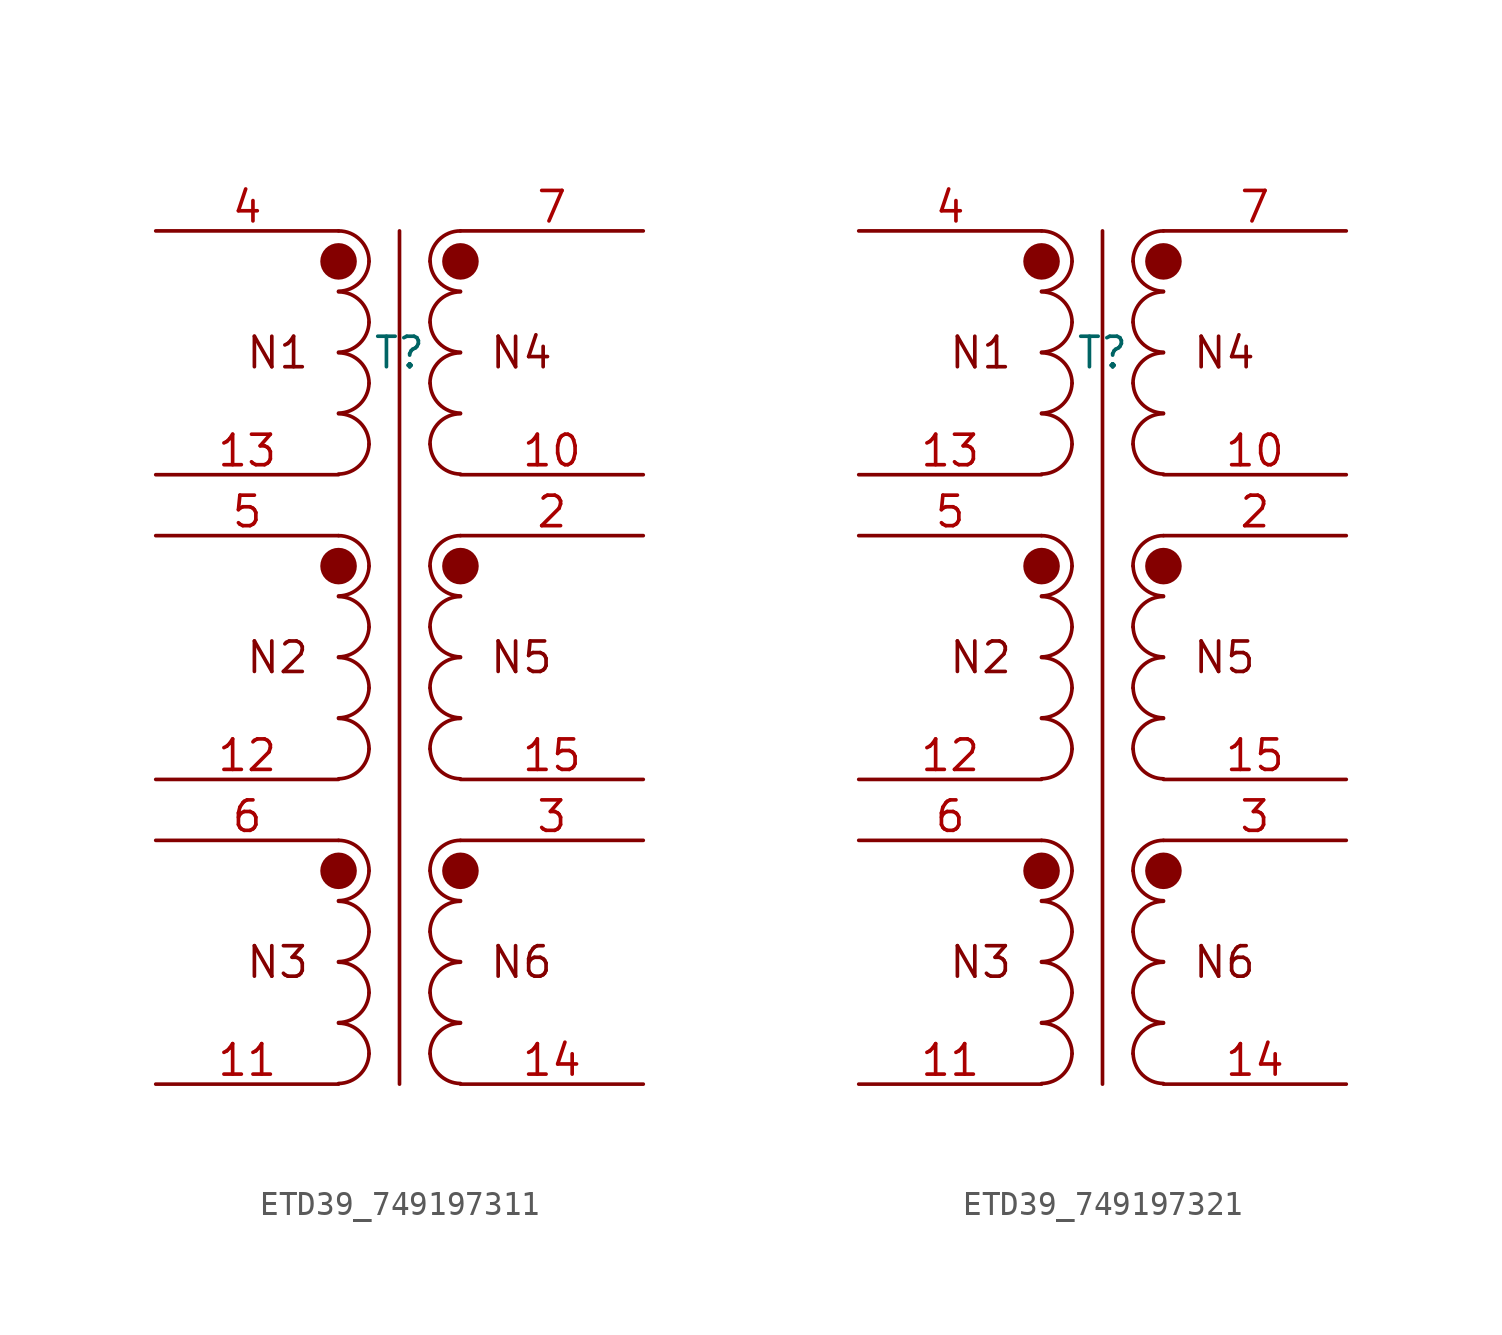
<source format=kicad_sym>
(kicad_symbol_lib
  (version 20220914)
  (generator kicad_symbol_editor)
  (symbol "ETD39_749197311"
    (pin_names hide)
    (property "Reference" "T"
      (at 0 12.7 0)
      (effects (font (size 1.27 1.27))))
    (property "Critical Parameter" ""
      (at 0 -5.08 0)
      (effects (font (size 1.27 1.27)) (justify left)))
    (symbol "ETD39_749197311_0_1"
      (arc (start -2.54 -17.7546) (mid -1.6561 -17.3863) (end -1.27 -16.51) (stroke (width 0) (type default)) (fill (type none)))
      (arc (start -2.54 -15.2146) (mid -1.6561 -14.8463) (end -1.27 -13.97) (stroke (width 0) (type default)) (fill (type none)))
      (arc (start -2.54 -12.6746) (mid -1.6561 -12.3063) (end -1.27 -11.43) (stroke (width 0) (type default)) (fill (type none)))
      (arc (start -2.54 -10.1346) (mid -1.6561 -9.7663) (end -1.27 -8.89) (stroke (width 0) (type default)) (fill (type none)))
      (arc (start -2.54 -5.0546) (mid -1.6561 -4.6863) (end -1.27 -3.81) (stroke (width 0) (type default)) (fill (type none)))
      (arc (start -2.54 -2.5146) (mid -1.6561 -2.1463) (end -1.27 -1.27) (stroke (width 0) (type default)) (fill (type none)))
      (arc (start -2.54 0.0254) (mid -1.6561 0.3937) (end -1.27 1.27) (stroke (width 0) (type default)) (fill (type none)))
      (arc (start -2.54 2.5654) (mid -1.6561 2.9337) (end -1.27 3.81) (stroke (width 0) (type default)) (fill (type none)))
      (arc (start -2.54 7.6454) (mid -1.6561 8.0137) (end -1.27 8.89) (stroke (width 0) (type default)) (fill (type none)))
      (arc (start -2.54 10.1854) (mid -1.6561 10.5537) (end -1.27 11.43) (stroke (width 0) (type default)) (fill (type none)))
      (arc (start -2.54 12.7254) (mid -1.6561 13.0937) (end -1.27 13.97) (stroke (width 0) (type default)) (fill (type none)))
      (arc (start -2.54 15.2654) (mid -1.6561 15.6337) (end -1.27 16.51) (stroke (width 0) (type default)) (fill (type none)))
      (arc (start -1.27 -16.51) (mid -1.642 -15.612) (end -2.54 -15.24) (stroke (width 0) (type default)) (fill (type none)))
      (arc (start -1.27 -13.97) (mid -1.642 -13.072) (end -2.54 -12.7) (stroke (width 0) (type default)) (fill (type none)))
      (arc (start -1.27 -11.43) (mid -1.642 -10.532) (end -2.54 -10.16) (stroke (width 0) (type default)) (fill (type none)))
      (arc (start -1.27 -8.89) (mid -1.642 -7.992) (end -2.54 -7.62) (stroke (width 0) (type default)) (fill (type none)))
      (arc (start -1.27 -3.81) (mid -1.642 -2.912) (end -2.54 -2.54) (stroke (width 0) (type default)) (fill (type none)))
      (arc (start -1.27 -1.27) (mid -1.642 -0.372) (end -2.54 0) (stroke (width 0) (type default)) (fill (type none)))
      (arc (start -1.27 1.27) (mid -1.642 2.168) (end -2.54 2.54) (stroke (width 0) (type default)) (fill (type none)))
      (arc (start -1.27 3.81) (mid -1.642 4.708) (end -2.54 5.08) (stroke (width 0) (type default)) (fill (type none)))
      (arc (start -1.27 8.89) (mid -1.642 9.788) (end -2.54 10.16) (stroke (width 0) (type default)) (fill (type none)))
      (arc (start -1.27 11.43) (mid -1.642 12.328) (end -2.54 12.7) (stroke (width 0) (type default)) (fill (type none)))
      (arc (start -1.27 13.97) (mid -1.642 14.868) (end -2.54 15.24) (stroke (width 0) (type default)) (fill (type none)))
      (arc (start -1.27 16.51) (mid -1.642 17.408) (end -2.54 17.78) (stroke (width 0) (type default)) (fill (type none)))
      (polyline (pts (xy 0 -17.78) (xy 0 17.78)) (stroke (width 0) (type default)) (fill (type none)))
      (arc (start 1.27 -16.51) (mid 1.6561 -17.3863) (end 2.54 -17.7546) (stroke (width 0) (type default)) (fill (type none)))
      (arc (start 1.27 -13.97) (mid 1.6561 -14.8463) (end 2.54 -15.2146) (stroke (width 0) (type default)) (fill (type none)))
      (arc (start 1.27 -11.43) (mid 1.6561 -12.3063) (end 2.54 -12.6746) (stroke (width 0) (type default)) (fill (type none)))
      (arc (start 1.27 -8.89) (mid 1.6561 -9.7663) (end 2.54 -10.1346) (stroke (width 0) (type default)) (fill (type none)))
      (arc (start 1.27 -3.81) (mid 1.6561 -4.6863) (end 2.54 -5.0546) (stroke (width 0) (type default)) (fill (type none)))
      (arc (start 1.27 -1.27) (mid 1.6561 -2.1463) (end 2.54 -2.5146) (stroke (width 0) (type default)) (fill (type none)))
      (arc (start 1.27 1.27) (mid 1.6561 0.3937) (end 2.54 0.0254) (stroke (width 0) (type default)) (fill (type none)))
      (arc (start 1.27 3.81) (mid 1.6561 2.9337) (end 2.54 2.5654) (stroke (width 0) (type default)) (fill (type none)))
      (arc (start 1.27 8.89) (mid 1.6561 8.0137) (end 2.54 7.6454) (stroke (width 0) (type default)) (fill (type none)))
      (arc (start 1.27 11.43) (mid 1.6561 10.5537) (end 2.54 10.1854) (stroke (width 0) (type default)) (fill (type none)))
      (arc (start 1.27 13.97) (mid 1.6561 13.0937) (end 2.54 12.7254) (stroke (width 0) (type default)) (fill (type none)))
      (arc (start 1.27 16.51) (mid 1.6561 15.6337) (end 2.54 15.2654) (stroke (width 0) (type default)) (fill (type none)))
      (arc (start 2.54 -15.24) (mid 1.642 -15.612) (end 1.27 -16.51) (stroke (width 0) (type default)) (fill (type none)))
      (arc (start 2.54 -12.7) (mid 1.642 -13.072) (end 1.27 -13.97) (stroke (width 0) (type default)) (fill (type none)))
      (arc (start 2.54 -10.16) (mid 1.642 -10.532) (end 1.27 -11.43) (stroke (width 0) (type default)) (fill (type none)))
      (arc (start 2.54 -7.62) (mid 1.642 -7.992) (end 1.27 -8.89) (stroke (width 0) (type default)) (fill (type none)))
      (arc (start 2.54 -2.54) (mid 1.642 -2.912) (end 1.27 -3.81) (stroke (width 0) (type default)) (fill (type none)))
      (arc (start 2.54 0) (mid 1.642 -0.372) (end 1.27 -1.27) (stroke (width 0) (type default)) (fill (type none)))
      (arc (start 2.54 2.54) (mid 1.642 2.168) (end 1.27 1.27) (stroke (width 0) (type default)) (fill (type none)))
      (arc (start 2.54 5.08) (mid 1.642 4.708) (end 1.27 3.81) (stroke (width 0) (type default)) (fill (type none)))
      (arc (start 2.54 10.16) (mid 1.642 9.788) (end 1.27 8.89) (stroke (width 0) (type default)) (fill (type none)))
      (arc (start 2.54 12.7) (mid 1.642 12.328) (end 1.27 11.43) (stroke (width 0) (type default)) (fill (type none)))
      (arc (start 2.54 15.24) (mid 1.642 14.868) (end 1.27 13.97) (stroke (width 0) (type default)) (fill (type none)))
      (arc (start 2.54 17.78) (mid 1.642 17.408) (end 1.27 16.51) (stroke (width 0) (type default)) (fill (type none))))
    (symbol "ETD39_749197311_1_1"
      (circle (center -2.54 -8.89) (radius 0.0001) (stroke (width 0.762) (type default)) (fill (type none)))
      (circle (center -2.54 3.81) (radius 0.0001) (stroke (width 0.762) (type default)) (fill (type none)))
      (circle (center -2.54 16.51) (radius 0.0001) (stroke (width 0.762) (type default)) (fill (type none)))
      (circle (center 2.54 -8.89) (radius 0.0001) (stroke (width 0.762) (type default)) (fill (type none)))
      (circle (center 2.54 3.81) (radius 0.0001) (stroke (width 0.762) (type default)) (fill (type none)))
      (circle (center 2.54 16.51) (radius 0.0001) (stroke (width 0.762) (type default)) (fill (type none)))
      (text "N1" (at -5.08 12.7 0) (effects (font (size 1.27 1.27))))
      (text "N2" (at -5.08 0 0) (effects (font (size 1.27 1.27))))
      (text "N3" (at -5.08 -12.7 0) (effects (font (size 1.27 1.27))))
      (text "N4" (at 5.08 12.7 0) (effects (font (size 1.27 1.27))))
      (text "N5" (at 5.08 0 0) (effects (font (size 1.27 1.27))))
      (text "N6" (at 5.08 -12.7 0) (effects (font (size 1.27 1.27))))
      (pin passive line (at -10.16 17.78 0) (length 7.62) (name "4" (effects (font (size 1.27 1.27)))) (number "4" (effects (font (size 1.27 1.27)))))
      (pin passive line (at -10.16 7.62 0) (length 7.62) (name "13" (effects (font (size 1.27 1.27)))) (number "13" (effects (font (size 1.27 1.27)))))
      (pin passive line (at -10.16 5.08 0) (length 7.62) (name "5" (effects (font (size 1.27 1.27)))) (number "5" (effects (font (size 1.27 1.27)))))
      (pin passive line (at -10.16 -5.08 0) (length 7.62) (name "12" (effects (font (size 1.27 1.27)))) (number "12" (effects (font (size 1.27 1.27)))))
      (pin passive line (at -10.16 -7.62 0) (length 7.62) (name "6" (effects (font (size 1.27 1.27)))) (number "6" (effects (font (size 1.27 1.27)))))
      (pin passive line (at -10.16 -17.78 0) (length 7.62) (name "11" (effects (font (size 1.27 1.27)))) (number "11" (effects (font (size 1.27 1.27)))))
      (pin passive line (at 10.16 -17.78 180) (length 7.62) (name "14" (effects (font (size 1.27 1.27)))) (number "14" (effects (font (size 1.27 1.27)))))
      (pin passive line (at 10.16 -7.62 180) (length 7.62) (name "3" (effects (font (size 1.27 1.27)))) (number "3" (effects (font (size 1.27 1.27)))))
      (pin passive line (at 10.16 -5.08 180) (length 7.62) (name "15" (effects (font (size 1.27 1.27)))) (number "15" (effects (font (size 1.27 1.27)))))
      (pin passive line (at 10.16 5.08 180) (length 7.62) (name "2" (effects (font (size 1.27 1.27)))) (number "2" (effects (font (size 1.27 1.27)))))
      (pin passive line (at 10.16 7.62 180) (length 7.62) (name "10" (effects (font (size 1.27 1.27)))) (number "10" (effects (font (size 1.27 1.27)))))
      (pin passive line (at 10.16 17.78 180) (length 7.62) (name "7" (effects (font (size 1.27 1.27)))) (number "7" (effects (font (size 1.27 1.27)))))))
  (symbol "ETD39_749197321"
    (pin_names hide)
    (property "Reference" "T"
      (at 0 12.7 0)
      (effects (font (size 1.27 1.27))))
    (property "Critical Parameter" ""
      (at 0 -5.08 0)
      (effects (font (size 1.27 1.27)) (justify left)))
    (symbol "ETD39_749197321_0_1"
      (arc (start -2.54 -17.7546) (mid -1.6561 -17.3863) (end -1.27 -16.51) (stroke (width 0) (type default)) (fill (type none)))
      (arc (start -2.54 -15.2146) (mid -1.6561 -14.8463) (end -1.27 -13.97) (stroke (width 0) (type default)) (fill (type none)))
      (arc (start -2.54 -12.6746) (mid -1.6561 -12.3063) (end -1.27 -11.43) (stroke (width 0) (type default)) (fill (type none)))
      (arc (start -2.54 -10.1346) (mid -1.6561 -9.7663) (end -1.27 -8.89) (stroke (width 0) (type default)) (fill (type none)))
      (arc (start -2.54 -5.0546) (mid -1.6561 -4.6863) (end -1.27 -3.81) (stroke (width 0) (type default)) (fill (type none)))
      (arc (start -2.54 -2.5146) (mid -1.6561 -2.1463) (end -1.27 -1.27) (stroke (width 0) (type default)) (fill (type none)))
      (arc (start -2.54 0.0254) (mid -1.6561 0.3937) (end -1.27 1.27) (stroke (width 0) (type default)) (fill (type none)))
      (arc (start -2.54 2.5654) (mid -1.6561 2.9337) (end -1.27 3.81) (stroke (width 0) (type default)) (fill (type none)))
      (arc (start -2.54 7.6454) (mid -1.6561 8.0137) (end -1.27 8.89) (stroke (width 0) (type default)) (fill (type none)))
      (arc (start -2.54 10.1854) (mid -1.6561 10.5537) (end -1.27 11.43) (stroke (width 0) (type default)) (fill (type none)))
      (arc (start -2.54 12.7254) (mid -1.6561 13.0937) (end -1.27 13.97) (stroke (width 0) (type default)) (fill (type none)))
      (arc (start -2.54 15.2654) (mid -1.6561 15.6337) (end -1.27 16.51) (stroke (width 0) (type default)) (fill (type none)))
      (arc (start -1.27 -16.51) (mid -1.642 -15.612) (end -2.54 -15.24) (stroke (width 0) (type default)) (fill (type none)))
      (arc (start -1.27 -13.97) (mid -1.642 -13.072) (end -2.54 -12.7) (stroke (width 0) (type default)) (fill (type none)))
      (arc (start -1.27 -11.43) (mid -1.642 -10.532) (end -2.54 -10.16) (stroke (width 0) (type default)) (fill (type none)))
      (arc (start -1.27 -8.89) (mid -1.642 -7.992) (end -2.54 -7.62) (stroke (width 0) (type default)) (fill (type none)))
      (arc (start -1.27 -3.81) (mid -1.642 -2.912) (end -2.54 -2.54) (stroke (width 0) (type default)) (fill (type none)))
      (arc (start -1.27 -1.27) (mid -1.642 -0.372) (end -2.54 0) (stroke (width 0) (type default)) (fill (type none)))
      (arc (start -1.27 1.27) (mid -1.642 2.168) (end -2.54 2.54) (stroke (width 0) (type default)) (fill (type none)))
      (arc (start -1.27 3.81) (mid -1.642 4.708) (end -2.54 5.08) (stroke (width 0) (type default)) (fill (type none)))
      (arc (start -1.27 8.89) (mid -1.642 9.788) (end -2.54 10.16) (stroke (width 0) (type default)) (fill (type none)))
      (arc (start -1.27 11.43) (mid -1.642 12.328) (end -2.54 12.7) (stroke (width 0) (type default)) (fill (type none)))
      (arc (start -1.27 13.97) (mid -1.642 14.868) (end -2.54 15.24) (stroke (width 0) (type default)) (fill (type none)))
      (arc (start -1.27 16.51) (mid -1.642 17.408) (end -2.54 17.78) (stroke (width 0) (type default)) (fill (type none)))
      (polyline (pts (xy 0 -17.78) (xy 0 17.78)) (stroke (width 0) (type default)) (fill (type none)))
      (arc (start 1.27 -16.51) (mid 1.6561 -17.3863) (end 2.54 -17.7546) (stroke (width 0) (type default)) (fill (type none)))
      (arc (start 1.27 -13.97) (mid 1.6561 -14.8463) (end 2.54 -15.2146) (stroke (width 0) (type default)) (fill (type none)))
      (arc (start 1.27 -11.43) (mid 1.6561 -12.3063) (end 2.54 -12.6746) (stroke (width 0) (type default)) (fill (type none)))
      (arc (start 1.27 -8.89) (mid 1.6561 -9.7663) (end 2.54 -10.1346) (stroke (width 0) (type default)) (fill (type none)))
      (arc (start 1.27 -3.81) (mid 1.6561 -4.6863) (end 2.54 -5.0546) (stroke (width 0) (type default)) (fill (type none)))
      (arc (start 1.27 -1.27) (mid 1.6561 -2.1463) (end 2.54 -2.5146) (stroke (width 0) (type default)) (fill (type none)))
      (arc (start 1.27 1.27) (mid 1.6561 0.3937) (end 2.54 0.0254) (stroke (width 0) (type default)) (fill (type none)))
      (arc (start 1.27 3.81) (mid 1.6561 2.9337) (end 2.54 2.5654) (stroke (width 0) (type default)) (fill (type none)))
      (arc (start 1.27 8.89) (mid 1.6561 8.0137) (end 2.54 7.6454) (stroke (width 0) (type default)) (fill (type none)))
      (arc (start 1.27 11.43) (mid 1.6561 10.5537) (end 2.54 10.1854) (stroke (width 0) (type default)) (fill (type none)))
      (arc (start 1.27 13.97) (mid 1.6561 13.0937) (end 2.54 12.7254) (stroke (width 0) (type default)) (fill (type none)))
      (arc (start 1.27 16.51) (mid 1.6561 15.6337) (end 2.54 15.2654) (stroke (width 0) (type default)) (fill (type none)))
      (arc (start 2.54 -15.24) (mid 1.642 -15.612) (end 1.27 -16.51) (stroke (width 0) (type default)) (fill (type none)))
      (arc (start 2.54 -12.7) (mid 1.642 -13.072) (end 1.27 -13.97) (stroke (width 0) (type default)) (fill (type none)))
      (arc (start 2.54 -10.16) (mid 1.642 -10.532) (end 1.27 -11.43) (stroke (width 0) (type default)) (fill (type none)))
      (arc (start 2.54 -7.62) (mid 1.642 -7.992) (end 1.27 -8.89) (stroke (width 0) (type default)) (fill (type none)))
      (arc (start 2.54 -2.54) (mid 1.642 -2.912) (end 1.27 -3.81) (stroke (width 0) (type default)) (fill (type none)))
      (arc (start 2.54 0) (mid 1.642 -0.372) (end 1.27 -1.27) (stroke (width 0) (type default)) (fill (type none)))
      (arc (start 2.54 2.54) (mid 1.642 2.168) (end 1.27 1.27) (stroke (width 0) (type default)) (fill (type none)))
      (arc (start 2.54 5.08) (mid 1.642 4.708) (end 1.27 3.81) (stroke (width 0) (type default)) (fill (type none)))
      (arc (start 2.54 10.16) (mid 1.642 9.788) (end 1.27 8.89) (stroke (width 0) (type default)) (fill (type none)))
      (arc (start 2.54 12.7) (mid 1.642 12.328) (end 1.27 11.43) (stroke (width 0) (type default)) (fill (type none)))
      (arc (start 2.54 15.24) (mid 1.642 14.868) (end 1.27 13.97) (stroke (width 0) (type default)) (fill (type none)))
      (arc (start 2.54 17.78) (mid 1.642 17.408) (end 1.27 16.51) (stroke (width 0) (type default)) (fill (type none))))
    (symbol "ETD39_749197321_1_1"
      (circle (center -2.54 -8.89) (radius 0.0001) (stroke (width 0.762) (type default)) (fill (type none)))
      (circle (center -2.54 3.81) (radius 0.0001) (stroke (width 0.762) (type default)) (fill (type none)))
      (circle (center -2.54 16.51) (radius 0.0001) (stroke (width 0.762) (type default)) (fill (type none)))
      (circle (center 2.54 -8.89) (radius 0.0001) (stroke (width 0.762) (type default)) (fill (type none)))
      (circle (center 2.54 3.81) (radius 0.0001) (stroke (width 0.762) (type default)) (fill (type none)))
      (circle (center 2.54 16.51) (radius 0.0001) (stroke (width 0.762) (type default)) (fill (type none)))
      (text "N1" (at -5.08 12.7 0) (effects (font (size 1.27 1.27))))
      (text "N2" (at -5.08 0 0) (effects (font (size 1.27 1.27))))
      (text "N3" (at -5.08 -12.7 0) (effects (font (size 1.27 1.27))))
      (text "N4" (at 5.08 12.7 0) (effects (font (size 1.27 1.27))))
      (text "N5" (at 5.08 0 0) (effects (font (size 1.27 1.27))))
      (text "N6" (at 5.08 -12.7 0) (effects (font (size 1.27 1.27))))
      (pin passive line (at -10.16 17.78 0) (length 7.62) (name "4" (effects (font (size 1.27 1.27)))) (number "4" (effects (font (size 1.27 1.27)))))
      (pin passive line (at -10.16 7.62 0) (length 7.62) (name "13" (effects (font (size 1.27 1.27)))) (number "13" (effects (font (size 1.27 1.27)))))
      (pin passive line (at -10.16 5.08 0) (length 7.62) (name "5" (effects (font (size 1.27 1.27)))) (number "5" (effects (font (size 1.27 1.27)))))
      (pin passive line (at -10.16 -5.08 0) (length 7.62) (name "12" (effects (font (size 1.27 1.27)))) (number "12" (effects (font (size 1.27 1.27)))))
      (pin passive line (at -10.16 -7.62 0) (length 7.62) (name "6" (effects (font (size 1.27 1.27)))) (number "6" (effects (font (size 1.27 1.27)))))
      (pin passive line (at -10.16 -17.78 0) (length 7.62) (name "11" (effects (font (size 1.27 1.27)))) (number "11" (effects (font (size 1.27 1.27)))))
      (pin passive line (at 10.16 -17.78 180) (length 7.62) (name "14" (effects (font (size 1.27 1.27)))) (number "14" (effects (font (size 1.27 1.27)))))
      (pin passive line (at 10.16 -7.62 180) (length 7.62) (name "3" (effects (font (size 1.27 1.27)))) (number "3" (effects (font (size 1.27 1.27)))))
      (pin passive line (at 10.16 -5.08 180) (length 7.62) (name "15" (effects (font (size 1.27 1.27)))) (number "15" (effects (font (size 1.27 1.27)))))
      (pin passive line (at 10.16 5.08 180) (length 7.62) (name "2" (effects (font (size 1.27 1.27)))) (number "2" (effects (font (size 1.27 1.27)))))
      (pin passive line (at 10.16 7.62 180) (length 7.62) (name "10" (effects (font (size 1.27 1.27)))) (number "10" (effects (font (size 1.27 1.27)))))
      (pin passive line (at 10.16 17.78 180) (length 7.62) (name "7" (effects (font (size 1.27 1.27)))) (number "7" (effects (font (size 1.27 1.27))))))))
</source>
